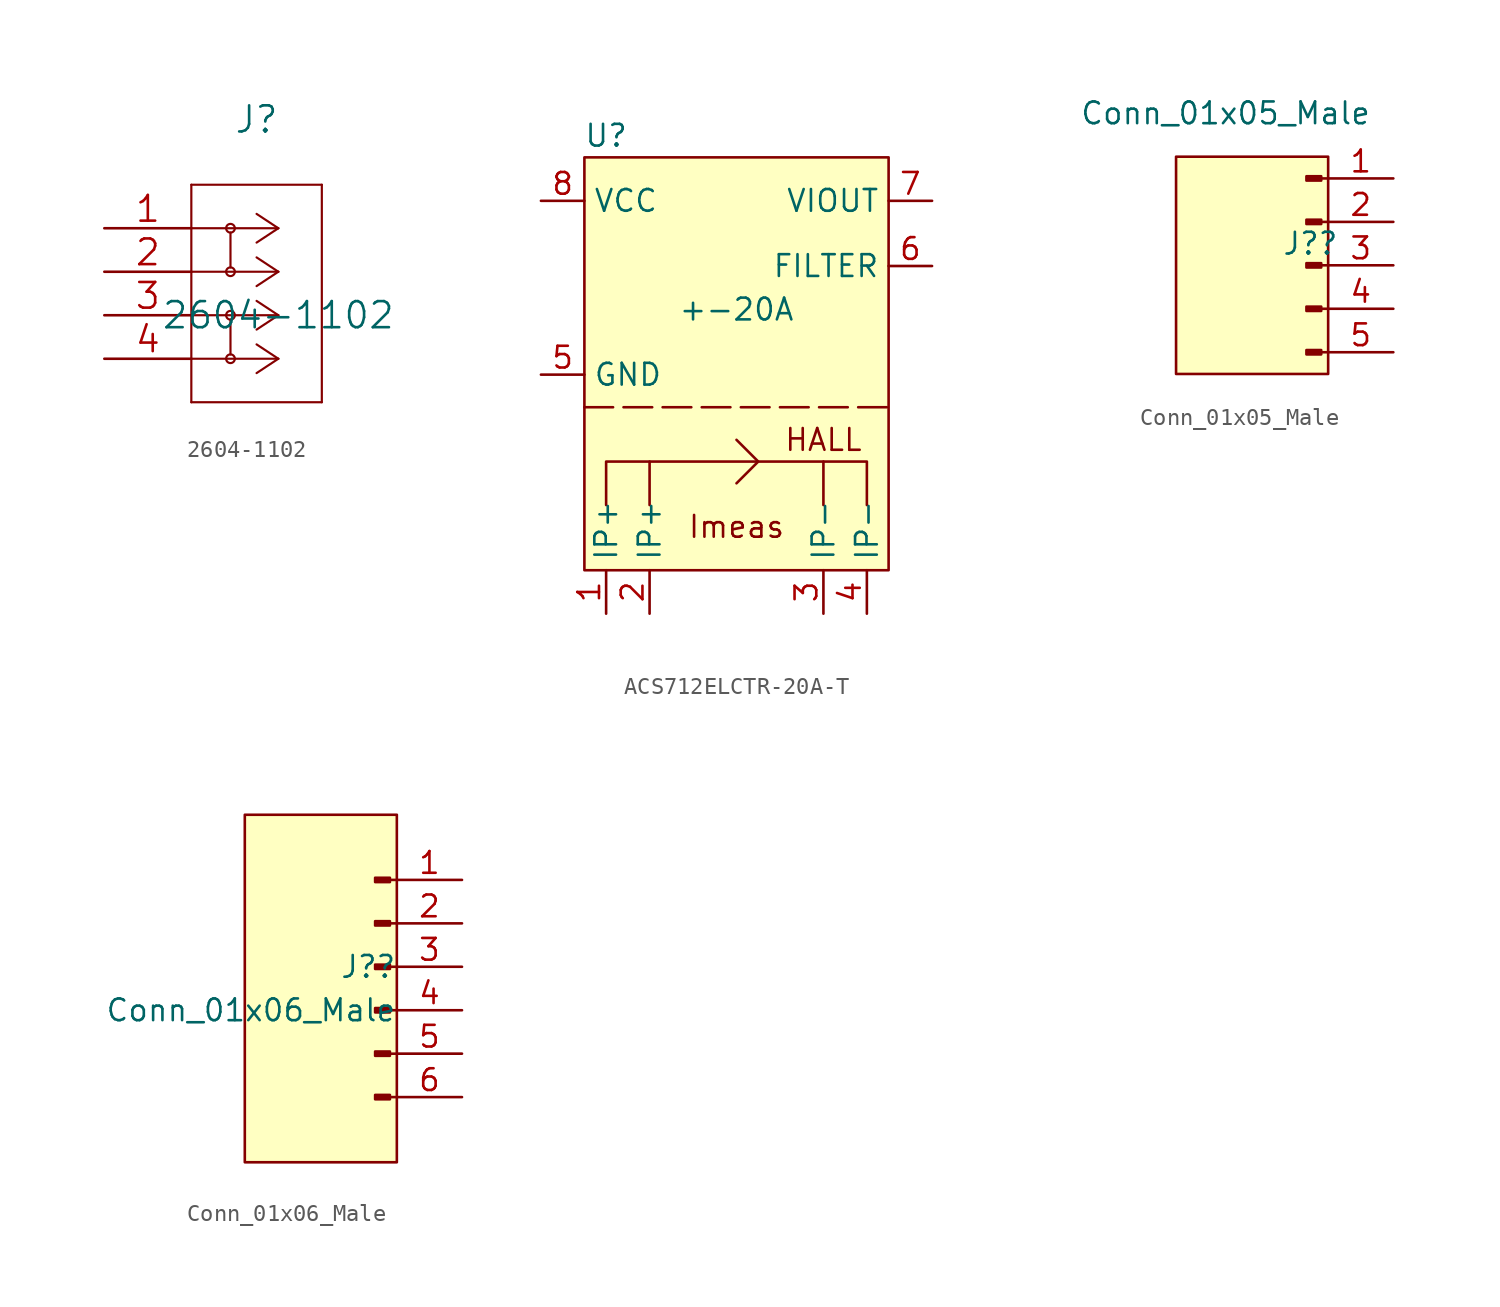
<source format=kicad_sym>
(kicad_symbol_lib
  (version 20220914)
  (generator kicad_symbol_editor)
  (symbol "2604-1102"
    (pin_names
      (offset 0.254) hide)
    (property "Reference" "J"
      (at -1.27 11.43 0)
      (effects (font (size 1.524 1.524))))
    (property "Value" "2604-1102"
      (at 0 0 0)
      (effects (font (size 1.524 1.524))))
    (property "Datasheet" ""
      (at 0 0 0)
      (effects (font (size 1.524 1.524))))
    (symbol "2604-1102_1_1"
      (circle (center -2.794 -2.54) (radius 0.254) (stroke (width 0.127) (type default)) (fill (type none)))
      (circle (center -2.794 0) (radius 0.254) (stroke (width 0.127) (type default)) (fill (type none)))
      (circle (center -2.794 2.54) (radius 0.254) (stroke (width 0.127) (type default)) (fill (type none)))
      (circle (center -2.794 5.08) (radius 0.254) (stroke (width 0.127) (type default)) (fill (type none)))
      (arc (start -2.54 -2.54) (mid -2.54 -2.54) (end -2.54 -2.54) (stroke (width 0.127) (type default)) (fill (type none)))
      (arc (start -2.54 0) (mid -2.54 0) (end -2.54 0) (stroke (width 0.127) (type default)) (fill (type none)))
      (arc (start -2.54 2.54) (mid -2.54 2.54) (end -2.54 2.54) (stroke (width 0.127) (type default)) (fill (type none)))
      (arc (start -2.54 5.08) (mid -2.54 5.08) (end -2.54 5.08) (stroke (width 0.127) (type default)) (fill (type none)))
      (polyline (pts (xy -5.08 -5.08) (xy 2.54 -5.08)) (stroke (width 0.127) (type default)) (fill (type none)))
      (polyline (pts (xy -5.08 7.62) (xy -5.08 -5.08)) (stroke (width 0.127) (type default)) (fill (type none)))
      (polyline (pts (xy -2.794 -0.254) (xy -2.794 -2.286)) (stroke (width 0.127) (type default)) (fill (type none)))
      (polyline (pts (xy -2.794 4.826) (xy -2.794 2.794)) (stroke (width 0.127) (type default)) (fill (type none)))
      (polyline (pts (xy 0 -2.54) (xy -5.08 -2.54)) (stroke (width 0.127) (type default)) (fill (type none)))
      (polyline (pts (xy 0 -2.54) (xy -1.27 -3.378)) (stroke (width 0.127) (type default)) (fill (type none)))
      (polyline (pts (xy 0 -2.54) (xy -1.27 -1.702)) (stroke (width 0.127) (type default)) (fill (type none)))
      (polyline (pts (xy 0 0) (xy -5.08 0)) (stroke (width 0.127) (type default)) (fill (type none)))
      (polyline (pts (xy 0 0) (xy -1.27 -0.838)) (stroke (width 0.127) (type default)) (fill (type none)))
      (polyline (pts (xy 0 0) (xy -1.27 0.838)) (stroke (width 0.127) (type default)) (fill (type none)))
      (polyline (pts (xy 0 2.54) (xy -5.08 2.54)) (stroke (width 0.127) (type default)) (fill (type none)))
      (polyline (pts (xy 0 2.54) (xy -1.27 1.702)) (stroke (width 0.127) (type default)) (fill (type none)))
      (polyline (pts (xy 0 2.54) (xy -1.27 3.378)) (stroke (width 0.127) (type default)) (fill (type none)))
      (polyline (pts (xy 0 5.08) (xy -5.08 5.08)) (stroke (width 0.127) (type default)) (fill (type none)))
      (polyline (pts (xy 0 5.08) (xy -1.27 4.242)) (stroke (width 0.127) (type default)) (fill (type none)))
      (polyline (pts (xy 0 5.08) (xy -1.27 5.918)) (stroke (width 0.127) (type default)) (fill (type none)))
      (polyline (pts (xy 2.54 -5.08) (xy 2.54 7.62)) (stroke (width 0.127) (type default)) (fill (type none)))
      (polyline (pts (xy 2.54 7.62) (xy -5.08 7.62)) (stroke (width 0.127) (type default)) (fill (type none)))
      (pin unspecified line (at -10.16 5.08 0) (length 5.08) (name "1" (effects (font (size 1.499 1.499)))) (number "1" (effects (font (size 1.499 1.499)))))
      (pin unspecified line (at -10.16 2.54 0) (length 5.08) (name "2" (effects (font (size 1.499 1.499)))) (number "2" (effects (font (size 1.499 1.499)))))
      (pin unspecified line (at -10.16 0 0) (length 5.08) (name "3" (effects (font (size 1.499 1.499)))) (number "3" (effects (font (size 1.499 1.499)))))
      (pin unspecified line (at -10.16 -2.54 0) (length 5.08) (name "4" (effects (font (size 1.499 1.499)))) (number "4" (effects (font (size 1.499 1.499)))))))
  (symbol "ACS712ELCTR-20A-T"
    (property "Reference" "U"
      (at -7.62 10.16 0)
      (effects (font (size 1.27 1.27))))
    (property "Value" "+-20A"
      (at 0 0 0)
      (effects (font (size 1.27 1.27))))
    (symbol "ACS712ELCTR-20A-T_0_0"
      (rectangle (start -8.89 8.89) (end 8.89 -15.24) (stroke (width 0) (type default)) (fill (type background)))
      (polyline (pts (xy -8.89 -5.715) (xy 8.89 -5.715)) (stroke (width 0) (type dash)) (fill (type none)))
      (polyline (pts (xy 0 -10.16) (xy 1.27 -8.89) (xy 0 -7.62)) (stroke (width 0) (type default)) (fill (type none)))
      (text "HALL" (at 5.08 -7.62 0) (effects (font (size 1.27 1.27))))
      (text "Imeas" (at 0 -12.7 0) (effects (font (size 1.27 1.27)))))
    (symbol "ACS712ELCTR-20A-T_0_1"
      (polyline (pts (xy 5.08 -8.89) (xy 7.62 -8.89) (xy 7.62 -11.43)) (stroke (width 0) (type default)) (fill (type none)))
      (polyline (pts (xy -7.62 -11.43) (xy -7.62 -8.89) (xy -5.08 -8.89) (xy -7.62 -8.89)) (stroke (width 0) (type default)) (fill (type none)))
      (polyline (pts (xy -5.08 -11.43) (xy -5.08 -8.89) (xy 5.08 -8.89) (xy 5.08 -11.43)) (stroke (width 0) (type default)) (fill (type none))))
    (symbol "ACS712ELCTR-20A-T_1_1"
      (pin passive line (at -7.62 -17.78 90) (length 2.54) (name "IP+" (effects (font (size 1.27 1.27)))) (number "1" (effects (font (size 1.27 1.27)))))
      (pin passive line (at -5.08 -17.78 90) (length 2.54) (name "IP+" (effects (font (size 1.27 1.27)))) (number "2" (effects (font (size 1.27 1.27)))))
      (pin passive line (at 5.08 -17.78 90) (length 2.54) (name "IP-" (effects (font (size 1.27 1.27)))) (number "3" (effects (font (size 1.27 1.27)))))
      (pin passive line (at 7.62 -17.78 90) (length 2.54) (name "IP-" (effects (font (size 1.27 1.27)))) (number "4" (effects (font (size 1.27 1.27)))))
      (pin power_in line (at -11.43 -3.81 0) (length 2.54) (name "GND" (effects (font (size 1.27 1.27)))) (number "5" (effects (font (size 1.27 1.27)))))
      (pin passive line (at 11.43 2.54 180) (length 2.54) (name "FILTER" (effects (font (size 1.27 1.27)))) (number "6" (effects (font (size 1.27 1.27)))))
      (pin output line (at 11.43 6.35 180) (length 2.54) (name "VIOUT" (effects (font (size 1.27 1.27)))) (number "7" (effects (font (size 1.27 1.27)))))
      (pin power_in line (at -11.43 6.35 0) (length 2.54) (name "VCC" (effects (font (size 1.27 1.27)))) (number "8" (effects (font (size 1.27 1.27)))))))
  (symbol "Conn_01x05_Male"
    (pin_names
      (offset 1.016) hide)
    (property "Reference" "J?"
      (at 1.905 1.27 0)
      (effects (font (size 1.27 1.27)) (justify right)))
    (property "Value" "Conn_01x05_Male"
      (at 3.81 8.89 0)
      (effects (font (size 1.27 1.27)) (justify right)))
    (symbol "Conn_01x05_Male_0_1"
      (rectangle (start -7.62 6.35) (end 1.27 -6.35) (stroke (width 0) (type default)) (fill (type background))))
    (symbol "Conn_01x05_Male_1_1"
      (polyline (pts (xy 1.27 -5.08) (xy 0.864 -5.08)) (stroke (width 0.152) (type default)) (fill (type none)))
      (polyline (pts (xy 1.27 -2.54) (xy 0.864 -2.54)) (stroke (width 0.152) (type default)) (fill (type none)))
      (polyline (pts (xy 1.27 0) (xy 0.864 0)) (stroke (width 0.152) (type default)) (fill (type none)))
      (polyline (pts (xy 1.27 2.54) (xy 0.864 2.54)) (stroke (width 0.152) (type default)) (fill (type none)))
      (polyline (pts (xy 1.27 5.08) (xy 0.864 5.08)) (stroke (width 0.152) (type default)) (fill (type none)))
      (rectangle (start 0.864 -4.953) (end 0 -5.207) (stroke (width 0.152) (type default)) (fill (type outline)))
      (rectangle (start 0.864 -2.413) (end 0 -2.667) (stroke (width 0.152) (type default)) (fill (type outline)))
      (rectangle (start 0.864 0.127) (end 0 -0.127) (stroke (width 0.152) (type default)) (fill (type outline)))
      (rectangle (start 0.864 2.667) (end 0 2.413) (stroke (width 0.152) (type default)) (fill (type outline)))
      (rectangle (start 0.864 5.207) (end 0 4.953) (stroke (width 0.152) (type default)) (fill (type outline)))
      (pin passive line (at 5.08 5.08 180) (length 3.81) (name "Pin_1" (effects (font (size 1.27 1.27)))) (number "1" (effects (font (size 1.27 1.27)))))
      (pin passive line (at 5.08 2.54 180) (length 3.81) (name "Pin_2" (effects (font (size 1.27 1.27)))) (number "2" (effects (font (size 1.27 1.27)))))
      (pin passive line (at 5.08 0 180) (length 3.81) (name "Pin_3" (effects (font (size 1.27 1.27)))) (number "3" (effects (font (size 1.27 1.27)))))
      (pin passive line (at 5.08 -2.54 180) (length 3.81) (name "Pin_4" (effects (font (size 1.27 1.27)))) (number "4" (effects (font (size 1.27 1.27)))))
      (pin passive line (at 5.08 -5.08 180) (length 3.81) (name "Pin_5" (effects (font (size 1.27 1.27)))) (number "5" (effects (font (size 1.27 1.27)))))))
  (symbol "Conn_01x06_Male"
    (pin_names
      (offset 1.016) hide)
    (property "Reference" "J?"
      (at 1.27 0.0001 0)
      (effects (font (size 1.27 1.27)) (justify right)))
    (property "Value" "Conn_01x06_Male"
      (at 1.27 -2.54 0)
      (effects (font (size 1.27 1.27)) (justify right)))
    (symbol "Conn_01x06_Male_0_1"
      (rectangle (start -7.62 8.89) (end 1.27 -11.43) (stroke (width 0) (type default)) (fill (type background))))
    (symbol "Conn_01x06_Male_1_1"
      (polyline (pts (xy 1.27 -7.62) (xy 0.864 -7.62)) (stroke (width 0.152) (type default)) (fill (type none)))
      (polyline (pts (xy 1.27 -5.08) (xy 0.864 -5.08)) (stroke (width 0.152) (type default)) (fill (type none)))
      (polyline (pts (xy 1.27 -2.54) (xy 0.864 -2.54)) (stroke (width 0.152) (type default)) (fill (type none)))
      (polyline (pts (xy 1.27 0) (xy 0.864 0)) (stroke (width 0.152) (type default)) (fill (type none)))
      (polyline (pts (xy 1.27 2.54) (xy 0.864 2.54)) (stroke (width 0.152) (type default)) (fill (type none)))
      (polyline (pts (xy 1.27 5.08) (xy 0.864 5.08)) (stroke (width 0.152) (type default)) (fill (type none)))
      (rectangle (start 0.864 -7.493) (end 0 -7.747) (stroke (width 0.152) (type default)) (fill (type outline)))
      (rectangle (start 0.864 -4.953) (end 0 -5.207) (stroke (width 0.152) (type default)) (fill (type outline)))
      (rectangle (start 0.864 -2.413) (end 0 -2.667) (stroke (width 0.152) (type default)) (fill (type outline)))
      (rectangle (start 0.864 0.127) (end 0 -0.127) (stroke (width 0.152) (type default)) (fill (type outline)))
      (rectangle (start 0.864 2.667) (end 0 2.413) (stroke (width 0.152) (type default)) (fill (type outline)))
      (rectangle (start 0.864 5.207) (end 0 4.953) (stroke (width 0.152) (type default)) (fill (type outline)))
      (pin passive line (at 5.08 5.08 180) (length 3.81) (name "Pin_1" (effects (font (size 1.27 1.27)))) (number "1" (effects (font (size 1.27 1.27)))))
      (pin passive line (at 5.08 2.54 180) (length 3.81) (name "Pin_2" (effects (font (size 1.27 1.27)))) (number "2" (effects (font (size 1.27 1.27)))))
      (pin passive line (at 5.08 0 180) (length 3.81) (name "Pin_3" (effects (font (size 1.27 1.27)))) (number "3" (effects (font (size 1.27 1.27)))))
      (pin passive line (at 5.08 -2.54 180) (length 3.81) (name "Pin_4" (effects (font (size 1.27 1.27)))) (number "4" (effects (font (size 1.27 1.27)))))
      (pin passive line (at 5.08 -5.08 180) (length 3.81) (name "Pin_5" (effects (font (size 1.27 1.27)))) (number "5" (effects (font (size 1.27 1.27)))))
      (pin passive line (at 5.08 -7.62 180) (length 3.81) (name "Pin_6" (effects (font (size 1.27 1.27)))) (number "6" (effects (font (size 1.27 1.27))))))))
</source>
